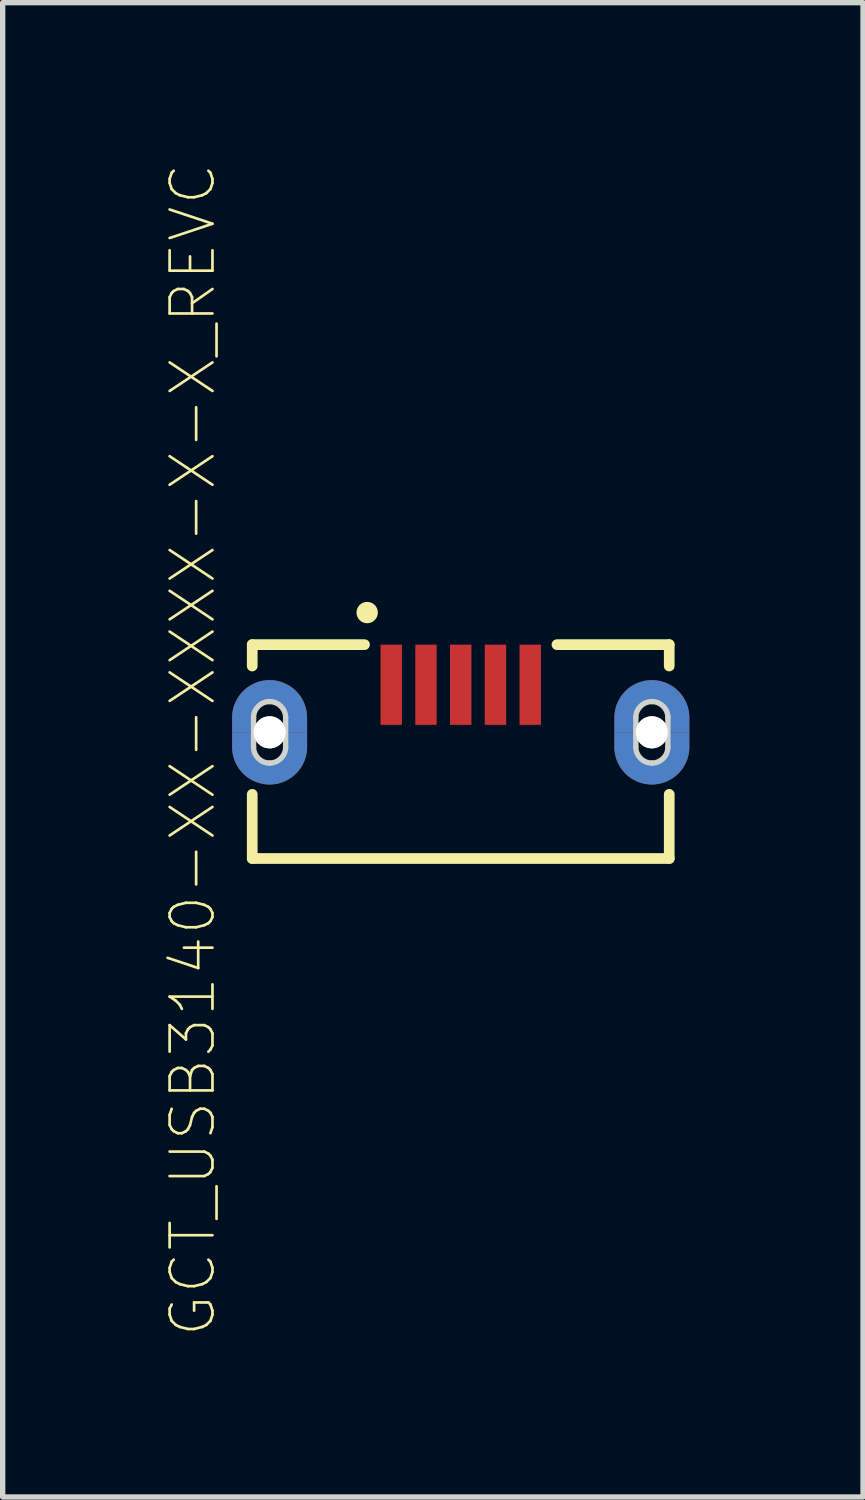
<source format=kicad_pcb>
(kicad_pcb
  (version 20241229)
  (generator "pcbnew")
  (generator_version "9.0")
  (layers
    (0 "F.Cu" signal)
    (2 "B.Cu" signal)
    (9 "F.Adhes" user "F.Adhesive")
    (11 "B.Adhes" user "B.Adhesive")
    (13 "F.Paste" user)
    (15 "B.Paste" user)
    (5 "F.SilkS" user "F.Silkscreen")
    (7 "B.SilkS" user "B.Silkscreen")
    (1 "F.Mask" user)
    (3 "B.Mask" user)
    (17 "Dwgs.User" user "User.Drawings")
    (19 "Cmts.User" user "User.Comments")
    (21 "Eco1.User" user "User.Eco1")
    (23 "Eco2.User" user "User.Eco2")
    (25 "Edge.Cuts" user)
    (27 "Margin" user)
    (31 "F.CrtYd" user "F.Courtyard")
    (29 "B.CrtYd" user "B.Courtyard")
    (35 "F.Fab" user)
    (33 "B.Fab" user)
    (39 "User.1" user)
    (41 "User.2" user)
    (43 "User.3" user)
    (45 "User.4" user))
  (footprint "GCT_USB3140-XX-XXXX-X-X_REVC"
    (layer "F.Cu")
    (at 5.568 11.008)
    (property "Reference" "GCT_USB3140-XX-XXXX-X-X_REVC" (at -5.012 -0.032 90) (layer "F.SilkS") (effects (font (size 0.801 0.801) (thickness 0.05))))
    (attr smd)
    (fp_poly (pts (xy -3.875 -0.36) (xy -4.275 -0.36) (xy -4.275 -0.085) (xy -4.275 -0.067) (xy -4.273 -0.03) (xy -4.269 0.006) (xy -4.264 0.043) (xy -4.256 0.078) (xy -4.246 0.114) (xy -4.235 0.149) (xy -4.222 0.183) (xy -4.207 0.216) (xy -4.19 0.249) (xy -4.172 0.281) (xy -4.152 0.312) (xy -4.131 0.341) (xy -4.107 0.37) (xy -4.083 0.397) (xy -4.057 0.423) (xy -4.03 0.447) (xy -4.001 0.471) (xy -3.972 0.492) (xy -3.941 0.512) (xy -3.909 0.53) (xy -3.876 0.547) (xy -3.843 0.562) (xy -3.809 0.575) (xy -3.774 0.586) (xy -3.738 0.596) (xy -3.703 0.604) (xy -3.666 0.609) (xy -3.63 0.613) (xy -3.593 0.615) (xy -3.575 0.615) (xy -3.557 0.615) (xy -3.52 0.613) (xy -3.484 0.609) (xy -3.447 0.604) (xy -3.412 0.596) (xy -3.376 0.586) (xy -3.341 0.575) (xy -3.307 0.562) (xy -3.274 0.547) (xy -3.241 0.53) (xy -3.209 0.512) (xy -3.178 0.492) (xy -3.149 0.471) (xy -3.12 0.447) (xy -3.093 0.423) (xy -3.067 0.397) (xy -3.043 0.37) (xy -3.019 0.341) (xy -2.998 0.312) (xy -2.978 0.281) (xy -2.96 0.249) (xy -2.943 0.216) (xy -2.928 0.183) (xy -2.915 0.149) (xy -2.904 0.114) (xy -2.894 0.078) (xy -2.886 0.043) (xy -2.881 0.006) (xy -2.877 -0.03) (xy -2.875 -0.067) (xy -2.875 -0.085) (xy -2.875 -0.36) (xy -3.275 -0.36) (xy -3.275 -0.085) (xy -3.275 -0.077) (xy -3.276 -0.061) (xy -3.277 -0.046) (xy -3.28 -0.03) (xy -3.283 -0.015) (xy -3.287 0.000232) (xy -3.292 0.015) (xy -3.298 0.03) (xy -3.304 0.044) (xy -3.311 0.058) (xy -3.319 0.072) (xy -3.328 0.085) (xy -3.337 0.098) (xy -3.347 0.11) (xy -3.357 0.122) (xy -3.368 0.133) (xy -3.38 0.143) (xy -3.392 0.153) (xy -3.405 0.162) (xy -3.418 0.171) (xy -3.432 0.179) (xy -3.446 0.186) (xy -3.46 0.192) (xy -3.475 0.198) (xy -3.49 0.203) (xy -3.505 0.207) (xy -3.52 0.21) (xy -3.536 0.213) (xy -3.551 0.214) (xy -3.567 0.215) (xy -3.575 0.215) (xy -3.583 0.215) (xy -3.599 0.214) (xy -3.614 0.213) (xy -3.63 0.21) (xy -3.645 0.207) (xy -3.66 0.203) (xy -3.675 0.198) (xy -3.69 0.192) (xy -3.704 0.186) (xy -3.718 0.179) (xy -3.732 0.171) (xy -3.745 0.162) (xy -3.758 0.153) (xy -3.77 0.143) (xy -3.782 0.133) (xy -3.793 0.122) (xy -3.803 0.11) (xy -3.813 0.098) (xy -3.822 0.085) (xy -3.831 0.072) (xy -3.839 0.058) (xy -3.846 0.044) (xy -3.852 0.03) (xy -3.858 0.015) (xy -3.863 0.000236) (xy -3.867 -0.015) (xy -3.87 -0.03) (xy -3.873 -0.046) (xy -3.874 -0.061) (xy -3.875 -0.077) (xy -3.875 -0.085)) (stroke (width 0.001) (type solid)) (fill yes) (layer "F.Cu"))
    (fp_poly (pts (xy -3.275 -0.36) (xy -2.875 -0.36) (xy -2.875 -0.635) (xy -2.875 -0.653) (xy -2.877 -0.69) (xy -2.881 -0.726) (xy -2.886 -0.763) (xy -2.894 -0.798) (xy -2.904 -0.834) (xy -2.915 -0.869) (xy -2.928 -0.903) (xy -2.943 -0.936) (xy -2.96 -0.969) (xy -2.978 -1.001) (xy -2.998 -1.032) (xy -3.019 -1.061) (xy -3.043 -1.09) (xy -3.067 -1.117) (xy -3.093 -1.143) (xy -3.12 -1.167) (xy -3.149 -1.191) (xy -3.178 -1.212) (xy -3.209 -1.232) (xy -3.241 -1.25) (xy -3.274 -1.267) (xy -3.307 -1.282) (xy -3.341 -1.295) (xy -3.376 -1.306) (xy -3.412 -1.316) (xy -3.447 -1.324) (xy -3.484 -1.329) (xy -3.52 -1.333) (xy -3.557 -1.335) (xy -3.575 -1.335) (xy -3.593 -1.335) (xy -3.63 -1.333) (xy -3.666 -1.329) (xy -3.703 -1.324) (xy -3.738 -1.316) (xy -3.774 -1.306) (xy -3.809 -1.295) (xy -3.843 -1.282) (xy -3.876 -1.267) (xy -3.909 -1.25) (xy -3.941 -1.232) (xy -3.972 -1.212) (xy -4.001 -1.191) (xy -4.03 -1.167) (xy -4.057 -1.143) (xy -4.083 -1.117) (xy -4.107 -1.09) (xy -4.131 -1.061) (xy -4.152 -1.032) (xy -4.172 -1.001) (xy -4.19 -0.969) (xy -4.207 -0.936) (xy -4.222 -0.903) (xy -4.235 -0.869) (xy -4.246 -0.834) (xy -4.256 -0.798) (xy -4.264 -0.763) (xy -4.269 -0.726) (xy -4.273 -0.69) (xy -4.275 -0.653) (xy -4.275 -0.635) (xy -4.275 -0.36) (xy -3.875 -0.36) (xy -3.875 -0.635) (xy -3.875 -0.643) (xy -3.874 -0.659) (xy -3.873 -0.674) (xy -3.87 -0.69) (xy -3.867 -0.705) (xy -3.863 -0.72) (xy -3.858 -0.735) (xy -3.852 -0.75) (xy -3.846 -0.764) (xy -3.839 -0.778) (xy -3.831 -0.792) (xy -3.822 -0.805) (xy -3.813 -0.818) (xy -3.803 -0.83) (xy -3.793 -0.842) (xy -3.782 -0.853) (xy -3.77 -0.863) (xy -3.758 -0.873) (xy -3.745 -0.882) (xy -3.732 -0.891) (xy -3.718 -0.899) (xy -3.704 -0.906) (xy -3.69 -0.912) (xy -3.675 -0.918) (xy -3.66 -0.923) (xy -3.645 -0.927) (xy -3.63 -0.93) (xy -3.614 -0.933) (xy -3.599 -0.934) (xy -3.583 -0.935) (xy -3.575 -0.935) (xy -3.567 -0.935) (xy -3.551 -0.934) (xy -3.536 -0.933) (xy -3.52 -0.93) (xy -3.505 -0.927) (xy -3.49 -0.923) (xy -3.475 -0.918) (xy -3.46 -0.912) (xy -3.446 -0.906) (xy -3.432 -0.899) (xy -3.418 -0.891) (xy -3.405 -0.882) (xy -3.392 -0.873) (xy -3.38 -0.863) (xy -3.368 -0.853) (xy -3.357 -0.842) (xy -3.347 -0.83) (xy -3.337 -0.818) (xy -3.328 -0.805) (xy -3.319 -0.792) (xy -3.311 -0.778) (xy -3.304 -0.764) (xy -3.298 -0.75) (xy -3.292 -0.735) (xy -3.287 -0.72) (xy -3.283 -0.705) (xy -3.28 -0.69) (xy -3.277 -0.674) (xy -3.276 -0.659) (xy -3.275 -0.643) (xy -3.275 -0.635)) (stroke (width 0.001) (type solid)) (fill yes) (layer "F.Cu"))
    (fp_poly (pts (xy 3.275 -0.36) (xy 2.875 -0.36) (xy 2.875 -0.085) (xy 2.875 -0.067) (xy 2.877 -0.03) (xy 2.881 0.006) (xy 2.886 0.043) (xy 2.894 0.078) (xy 2.904 0.114) (xy 2.915 0.149) (xy 2.928 0.183) (xy 2.943 0.216) (xy 2.96 0.249) (xy 2.978 0.281) (xy 2.998 0.312) (xy 3.019 0.341) (xy 3.043 0.37) (xy 3.067 0.397) (xy 3.093 0.423) (xy 3.12 0.447) (xy 3.149 0.471) (xy 3.178 0.492) (xy 3.209 0.512) (xy 3.241 0.53) (xy 3.274 0.547) (xy 3.307 0.562) (xy 3.341 0.575) (xy 3.376 0.586) (xy 3.412 0.596) (xy 3.447 0.604) (xy 3.484 0.609) (xy 3.52 0.613) (xy 3.557 0.615) (xy 3.575 0.615) (xy 3.593 0.615) (xy 3.63 0.613) (xy 3.666 0.609) (xy 3.703 0.604) (xy 3.738 0.596) (xy 3.774 0.586) (xy 3.809 0.575) (xy 3.843 0.562) (xy 3.876 0.547) (xy 3.909 0.53) (xy 3.941 0.512) (xy 3.972 0.492) (xy 4.001 0.471) (xy 4.03 0.447) (xy 4.057 0.423) (xy 4.083 0.397) (xy 4.107 0.37) (xy 4.131 0.341) (xy 4.152 0.312) (xy 4.172 0.281) (xy 4.19 0.249) (xy 4.207 0.216) (xy 4.222 0.183) (xy 4.235 0.149) (xy 4.246 0.114) (xy 4.256 0.078) (xy 4.264 0.043) (xy 4.269 0.006) (xy 4.273 -0.03) (xy 4.275 -0.067) (xy 4.275 -0.085) (xy 4.275 -0.36) (xy 3.875 -0.36) (xy 3.875 -0.085) (xy 3.875 -0.077) (xy 3.874 -0.061) (xy 3.873 -0.046) (xy 3.87 -0.03) (xy 3.867 -0.015) (xy 3.863 0.000232) (xy 3.858 0.015) (xy 3.852 0.03) (xy 3.846 0.044) (xy 3.839 0.058) (xy 3.831 0.072) (xy 3.822 0.085) (xy 3.813 0.098) (xy 3.803 0.11) (xy 3.793 0.122) (xy 3.782 0.133) (xy 3.77 0.143) (xy 3.758 0.153) (xy 3.745 0.162) (xy 3.732 0.171) (xy 3.718 0.179) (xy 3.704 0.186) (xy 3.69 0.192) (xy 3.675 0.198) (xy 3.66 0.203) (xy 3.645 0.207) (xy 3.63 0.21) (xy 3.614 0.213) (xy 3.599 0.214) (xy 3.583 0.215) (xy 3.575 0.215) (xy 3.567 0.215) (xy 3.551 0.214) (xy 3.536 0.213) (xy 3.52 0.21) (xy 3.505 0.207) (xy 3.49 0.203) (xy 3.475 0.198) (xy 3.46 0.192) (xy 3.446 0.186) (xy 3.432 0.179) (xy 3.418 0.171) (xy 3.405 0.162) (xy 3.392 0.153) (xy 3.38 0.143) (xy 3.368 0.133) (xy 3.357 0.122) (xy 3.347 0.11) (xy 3.337 0.098) (xy 3.328 0.085) (xy 3.319 0.072) (xy 3.311 0.058) (xy 3.304 0.044) (xy 3.298 0.03) (xy 3.292 0.015) (xy 3.287 0.000236) (xy 3.283 -0.015) (xy 3.28 -0.03) (xy 3.277 -0.046) (xy 3.276 -0.061) (xy 3.275 -0.077) (xy 3.275 -0.085)) (stroke (width 0.001) (type solid)) (fill yes) (layer "F.Cu"))
    (fp_poly (pts (xy 3.875 -0.36) (xy 4.275 -0.36) (xy 4.275 -0.635) (xy 4.275 -0.653) (xy 4.273 -0.69) (xy 4.269 -0.726) (xy 4.264 -0.763) (xy 4.256 -0.798) (xy 4.246 -0.834) (xy 4.235 -0.869) (xy 4.222 -0.903) (xy 4.207 -0.936) (xy 4.19 -0.969) (xy 4.172 -1.001) (xy 4.152 -1.032) (xy 4.131 -1.061) (xy 4.107 -1.09) (xy 4.083 -1.117) (xy 4.057 -1.143) (xy 4.03 -1.167) (xy 4.001 -1.191) (xy 3.972 -1.212) (xy 3.941 -1.232) (xy 3.909 -1.25) (xy 3.876 -1.267) (xy 3.843 -1.282) (xy 3.809 -1.295) (xy 3.774 -1.306) (xy 3.738 -1.316) (xy 3.703 -1.324) (xy 3.666 -1.329) (xy 3.63 -1.333) (xy 3.593 -1.335) (xy 3.575 -1.335) (xy 3.557 -1.335) (xy 3.52 -1.333) (xy 3.484 -1.329) (xy 3.447 -1.324) (xy 3.412 -1.316) (xy 3.376 -1.306) (xy 3.341 -1.295) (xy 3.307 -1.282) (xy 3.274 -1.267) (xy 3.241 -1.25) (xy 3.209 -1.232) (xy 3.178 -1.212) (xy 3.149 -1.191) (xy 3.12 -1.167) (xy 3.093 -1.143) (xy 3.067 -1.117) (xy 3.043 -1.09) (xy 3.019 -1.061) (xy 2.998 -1.032) (xy 2.978 -1.001) (xy 2.96 -0.969) (xy 2.943 -0.936) (xy 2.928 -0.903) (xy 2.915 -0.869) (xy 2.904 -0.834) (xy 2.894 -0.798) (xy 2.886 -0.763) (xy 2.881 -0.726) (xy 2.877 -0.69) (xy 2.875 -0.653) (xy 2.875 -0.635) (xy 2.875 -0.36) (xy 3.275 -0.36) (xy 3.275 -0.635) (xy 3.275 -0.643) (xy 3.276 -0.659) (xy 3.277 -0.674) (xy 3.28 -0.69) (xy 3.283 -0.705) (xy 3.287 -0.72) (xy 3.292 -0.735) (xy 3.298 -0.75) (xy 3.304 -0.764) (xy 3.311 -0.778) (xy 3.319 -0.792) (xy 3.328 -0.805) (xy 3.337 -0.818) (xy 3.347 -0.83) (xy 3.357 -0.842) (xy 3.368 -0.853) (xy 3.38 -0.863) (xy 3.392 -0.873) (xy 3.405 -0.882) (xy 3.418 -0.891) (xy 3.432 -0.899) (xy 3.446 -0.906) (xy 3.46 -0.912) (xy 3.475 -0.918) (xy 3.49 -0.923) (xy 3.505 -0.927) (xy 3.52 -0.93) (xy 3.536 -0.933) (xy 3.551 -0.934) (xy 3.567 -0.935) (xy 3.575 -0.935) (xy 3.583 -0.935) (xy 3.599 -0.934) (xy 3.614 -0.933) (xy 3.63 -0.93) (xy 3.645 -0.927) (xy 3.66 -0.923) (xy 3.675 -0.918) (xy 3.69 -0.912) (xy 3.704 -0.906) (xy 3.718 -0.899) (xy 3.732 -0.891) (xy 3.745 -0.882) (xy 3.758 -0.873) (xy 3.77 -0.863) (xy 3.782 -0.853) (xy 3.793 -0.842) (xy 3.803 -0.83) (xy 3.813 -0.818) (xy 3.822 -0.805) (xy 3.831 -0.792) (xy 3.839 -0.778) (xy 3.846 -0.764) (xy 3.852 -0.75) (xy 3.858 -0.735) (xy 3.863 -0.72) (xy 3.867 -0.705) (xy 3.87 -0.69) (xy 3.873 -0.674) (xy 3.874 -0.659) (xy 3.875 -0.643) (xy 3.875 -0.635)) (stroke (width 0.001) (type solid)) (fill yes) (layer "F.Cu"))
    (fp_poly (pts (xy -4.377 -1.435) (xy -2.775 -1.435) (xy -2.775 0.715) (xy -4.377 0.715)) (stroke (width 0) (type solid)) (fill yes) (layer "F.Mask"))
    (fp_poly (pts (xy 2.776 -1.435) (xy 4.375 -1.435) (xy 4.375 0.715) (xy 2.776 0.715)) (stroke (width 0) (type solid)) (fill yes) (layer "F.Mask"))
    (fp_poly (pts (xy -3.875 -0.36) (xy -4.275 -0.36) (xy -4.275 -0.085) (xy -4.275 -0.067) (xy -4.273 -0.03) (xy -4.269 0.006) (xy -4.264 0.043) (xy -4.256 0.078) (xy -4.246 0.114) (xy -4.235 0.149) (xy -4.222 0.183) (xy -4.207 0.216) (xy -4.19 0.249) (xy -4.172 0.281) (xy -4.152 0.312) (xy -4.131 0.341) (xy -4.107 0.37) (xy -4.083 0.397) (xy -4.057 0.423) (xy -4.03 0.447) (xy -4.001 0.471) (xy -3.972 0.492) (xy -3.941 0.512) (xy -3.909 0.53) (xy -3.876 0.547) (xy -3.843 0.562) (xy -3.809 0.575) (xy -3.774 0.586) (xy -3.738 0.596) (xy -3.703 0.604) (xy -3.666 0.609) (xy -3.63 0.613) (xy -3.593 0.615) (xy -3.575 0.615) (xy -3.557 0.615) (xy -3.52 0.613) (xy -3.484 0.609) (xy -3.447 0.604) (xy -3.412 0.596) (xy -3.376 0.586) (xy -3.341 0.575) (xy -3.307 0.562) (xy -3.274 0.547) (xy -3.241 0.53) (xy -3.209 0.512) (xy -3.178 0.492) (xy -3.149 0.471) (xy -3.12 0.447) (xy -3.093 0.423) (xy -3.067 0.397) (xy -3.043 0.37) (xy -3.019 0.341) (xy -2.998 0.312) (xy -2.978 0.281) (xy -2.96 0.249) (xy -2.943 0.216) (xy -2.928 0.183) (xy -2.915 0.149) (xy -2.904 0.114) (xy -2.894 0.078) (xy -2.886 0.043) (xy -2.881 0.006) (xy -2.877 -0.03) (xy -2.875 -0.067) (xy -2.875 -0.085) (xy -2.875 -0.36) (xy -3.275 -0.36) (xy -3.275 -0.085) (xy -3.275 -0.077) (xy -3.276 -0.061) (xy -3.277 -0.046) (xy -3.28 -0.03) (xy -3.283 -0.015) (xy -3.287 0.000232) (xy -3.292 0.015) (xy -3.298 0.03) (xy -3.304 0.044) (xy -3.311 0.058) (xy -3.319 0.072) (xy -3.328 0.085) (xy -3.337 0.098) (xy -3.347 0.11) (xy -3.357 0.122) (xy -3.368 0.133) (xy -3.38 0.143) (xy -3.392 0.153) (xy -3.405 0.162) (xy -3.418 0.171) (xy -3.432 0.179) (xy -3.446 0.186) (xy -3.46 0.192) (xy -3.475 0.198) (xy -3.49 0.203) (xy -3.505 0.207) (xy -3.52 0.21) (xy -3.536 0.213) (xy -3.551 0.214) (xy -3.567 0.215) (xy -3.575 0.215) (xy -3.583 0.215) (xy -3.599 0.214) (xy -3.614 0.213) (xy -3.63 0.21) (xy -3.645 0.207) (xy -3.66 0.203) (xy -3.675 0.198) (xy -3.69 0.192) (xy -3.704 0.186) (xy -3.718 0.179) (xy -3.732 0.171) (xy -3.745 0.162) (xy -3.758 0.153) (xy -3.77 0.143) (xy -3.782 0.133) (xy -3.793 0.122) (xy -3.803 0.11) (xy -3.813 0.098) (xy -3.822 0.085) (xy -3.831 0.072) (xy -3.839 0.058) (xy -3.846 0.044) (xy -3.852 0.03) (xy -3.858 0.015) (xy -3.863 0.000236) (xy -3.867 -0.015) (xy -3.87 -0.03) (xy -3.873 -0.046) (xy -3.874 -0.061) (xy -3.875 -0.077) (xy -3.875 -0.085)) (stroke (width 0.001) (type solid)) (fill yes) (layer "B.Cu"))
    (fp_poly (pts (xy -3.275 -0.36) (xy -2.875 -0.36) (xy -2.875 -0.635) (xy -2.875 -0.653) (xy -2.877 -0.69) (xy -2.881 -0.726) (xy -2.886 -0.763) (xy -2.894 -0.798) (xy -2.904 -0.834) (xy -2.915 -0.869) (xy -2.928 -0.903) (xy -2.943 -0.936) (xy -2.96 -0.969) (xy -2.978 -1.001) (xy -2.998 -1.032) (xy -3.019 -1.061) (xy -3.043 -1.09) (xy -3.067 -1.117) (xy -3.093 -1.143) (xy -3.12 -1.167) (xy -3.149 -1.191) (xy -3.178 -1.212) (xy -3.209 -1.232) (xy -3.241 -1.25) (xy -3.274 -1.267) (xy -3.307 -1.282) (xy -3.341 -1.295) (xy -3.376 -1.306) (xy -3.412 -1.316) (xy -3.447 -1.324) (xy -3.484 -1.329) (xy -3.52 -1.333) (xy -3.557 -1.335) (xy -3.575 -1.335) (xy -3.593 -1.335) (xy -3.63 -1.333) (xy -3.666 -1.329) (xy -3.703 -1.324) (xy -3.738 -1.316) (xy -3.774 -1.306) (xy -3.809 -1.295) (xy -3.843 -1.282) (xy -3.876 -1.267) (xy -3.909 -1.25) (xy -3.941 -1.232) (xy -3.972 -1.212) (xy -4.001 -1.191) (xy -4.03 -1.167) (xy -4.057 -1.143) (xy -4.083 -1.117) (xy -4.107 -1.09) (xy -4.131 -1.061) (xy -4.152 -1.032) (xy -4.172 -1.001) (xy -4.19 -0.969) (xy -4.207 -0.936) (xy -4.222 -0.903) (xy -4.235 -0.869) (xy -4.246 -0.834) (xy -4.256 -0.798) (xy -4.264 -0.763) (xy -4.269 -0.726) (xy -4.273 -0.69) (xy -4.275 -0.653) (xy -4.275 -0.635) (xy -4.275 -0.36) (xy -3.875 -0.36) (xy -3.875 -0.635) (xy -3.875 -0.643) (xy -3.874 -0.659) (xy -3.873 -0.674) (xy -3.87 -0.69) (xy -3.867 -0.705) (xy -3.863 -0.72) (xy -3.858 -0.735) (xy -3.852 -0.75) (xy -3.846 -0.764) (xy -3.839 -0.778) (xy -3.831 -0.792) (xy -3.822 -0.805) (xy -3.813 -0.818) (xy -3.803 -0.83) (xy -3.793 -0.842) (xy -3.782 -0.853) (xy -3.77 -0.863) (xy -3.758 -0.873) (xy -3.745 -0.882) (xy -3.732 -0.891) (xy -3.718 -0.899) (xy -3.704 -0.906) (xy -3.69 -0.912) (xy -3.675 -0.918) (xy -3.66 -0.923) (xy -3.645 -0.927) (xy -3.63 -0.93) (xy -3.614 -0.933) (xy -3.599 -0.934) (xy -3.583 -0.935) (xy -3.575 -0.935) (xy -3.567 -0.935) (xy -3.551 -0.934) (xy -3.536 -0.933) (xy -3.52 -0.93) (xy -3.505 -0.927) (xy -3.49 -0.923) (xy -3.475 -0.918) (xy -3.46 -0.912) (xy -3.446 -0.906) (xy -3.432 -0.899) (xy -3.418 -0.891) (xy -3.405 -0.882) (xy -3.392 -0.873) (xy -3.38 -0.863) (xy -3.368 -0.853) (xy -3.357 -0.842) (xy -3.347 -0.83) (xy -3.337 -0.818) (xy -3.328 -0.805) (xy -3.319 -0.792) (xy -3.311 -0.778) (xy -3.304 -0.764) (xy -3.298 -0.75) (xy -3.292 -0.735) (xy -3.287 -0.72) (xy -3.283 -0.705) (xy -3.28 -0.69) (xy -3.277 -0.674) (xy -3.276 -0.659) (xy -3.275 -0.643) (xy -3.275 -0.635)) (stroke (width 0.001) (type solid)) (fill yes) (layer "B.Cu"))
    (fp_poly (pts (xy 3.275 -0.36) (xy 2.875 -0.36) (xy 2.875 -0.085) (xy 2.875 -0.067) (xy 2.877 -0.03) (xy 2.881 0.006) (xy 2.886 0.043) (xy 2.894 0.078) (xy 2.904 0.114) (xy 2.915 0.149) (xy 2.928 0.183) (xy 2.943 0.216) (xy 2.96 0.249) (xy 2.978 0.281) (xy 2.998 0.312) (xy 3.019 0.341) (xy 3.043 0.37) (xy 3.067 0.397) (xy 3.093 0.423) (xy 3.12 0.447) (xy 3.149 0.471) (xy 3.178 0.492) (xy 3.209 0.512) (xy 3.241 0.53) (xy 3.274 0.547) (xy 3.307 0.562) (xy 3.341 0.575) (xy 3.376 0.586) (xy 3.412 0.596) (xy 3.447 0.604) (xy 3.484 0.609) (xy 3.52 0.613) (xy 3.557 0.615) (xy 3.575 0.615) (xy 3.593 0.615) (xy 3.63 0.613) (xy 3.666 0.609) (xy 3.703 0.604) (xy 3.738 0.596) (xy 3.774 0.586) (xy 3.809 0.575) (xy 3.843 0.562) (xy 3.876 0.547) (xy 3.909 0.53) (xy 3.941 0.512) (xy 3.972 0.492) (xy 4.001 0.471) (xy 4.03 0.447) (xy 4.057 0.423) (xy 4.083 0.397) (xy 4.107 0.37) (xy 4.131 0.341) (xy 4.152 0.312) (xy 4.172 0.281) (xy 4.19 0.249) (xy 4.207 0.216) (xy 4.222 0.183) (xy 4.235 0.149) (xy 4.246 0.114) (xy 4.256 0.078) (xy 4.264 0.043) (xy 4.269 0.006) (xy 4.273 -0.03) (xy 4.275 -0.067) (xy 4.275 -0.085) (xy 4.275 -0.36) (xy 3.875 -0.36) (xy 3.875 -0.085) (xy 3.875 -0.077) (xy 3.874 -0.061) (xy 3.873 -0.046) (xy 3.87 -0.03) (xy 3.867 -0.015) (xy 3.863 0.000232) (xy 3.858 0.015) (xy 3.852 0.03) (xy 3.846 0.044) (xy 3.839 0.058) (xy 3.831 0.072) (xy 3.822 0.085) (xy 3.813 0.098) (xy 3.803 0.11) (xy 3.793 0.122) (xy 3.782 0.133) (xy 3.77 0.143) (xy 3.758 0.153) (xy 3.745 0.162) (xy 3.732 0.171) (xy 3.718 0.179) (xy 3.704 0.186) (xy 3.69 0.192) (xy 3.675 0.198) (xy 3.66 0.203) (xy 3.645 0.207) (xy 3.63 0.21) (xy 3.614 0.213) (xy 3.599 0.214) (xy 3.583 0.215) (xy 3.575 0.215) (xy 3.567 0.215) (xy 3.551 0.214) (xy 3.536 0.213) (xy 3.52 0.21) (xy 3.505 0.207) (xy 3.49 0.203) (xy 3.475 0.198) (xy 3.46 0.192) (xy 3.446 0.186) (xy 3.432 0.179) (xy 3.418 0.171) (xy 3.405 0.162) (xy 3.392 0.153) (xy 3.38 0.143) (xy 3.368 0.133) (xy 3.357 0.122) (xy 3.347 0.11) (xy 3.337 0.098) (xy 3.328 0.085) (xy 3.319 0.072) (xy 3.311 0.058) (xy 3.304 0.044) (xy 3.298 0.03) (xy 3.292 0.015) (xy 3.287 0.000236) (xy 3.283 -0.015) (xy 3.28 -0.03) (xy 3.277 -0.046) (xy 3.276 -0.061) (xy 3.275 -0.077) (xy 3.275 -0.085)) (stroke (width 0.001) (type solid)) (fill yes) (layer "B.Cu"))
    (fp_poly (pts (xy 3.875 -0.36) (xy 4.275 -0.36) (xy 4.275 -0.635) (xy 4.275 -0.653) (xy 4.273 -0.69) (xy 4.269 -0.726) (xy 4.264 -0.763) (xy 4.256 -0.798) (xy 4.246 -0.834) (xy 4.235 -0.869) (xy 4.222 -0.903) (xy 4.207 -0.936) (xy 4.19 -0.969) (xy 4.172 -1.001) (xy 4.152 -1.032) (xy 4.131 -1.061) (xy 4.107 -1.09) (xy 4.083 -1.117) (xy 4.057 -1.143) (xy 4.03 -1.167) (xy 4.001 -1.191) (xy 3.972 -1.212) (xy 3.941 -1.232) (xy 3.909 -1.25) (xy 3.876 -1.267) (xy 3.843 -1.282) (xy 3.809 -1.295) (xy 3.774 -1.306) (xy 3.738 -1.316) (xy 3.703 -1.324) (xy 3.666 -1.329) (xy 3.63 -1.333) (xy 3.593 -1.335) (xy 3.575 -1.335) (xy 3.557 -1.335) (xy 3.52 -1.333) (xy 3.484 -1.329) (xy 3.447 -1.324) (xy 3.412 -1.316) (xy 3.376 -1.306) (xy 3.341 -1.295) (xy 3.307 -1.282) (xy 3.274 -1.267) (xy 3.241 -1.25) (xy 3.209 -1.232) (xy 3.178 -1.212) (xy 3.149 -1.191) (xy 3.12 -1.167) (xy 3.093 -1.143) (xy 3.067 -1.117) (xy 3.043 -1.09) (xy 3.019 -1.061) (xy 2.998 -1.032) (xy 2.978 -1.001) (xy 2.96 -0.969) (xy 2.943 -0.936) (xy 2.928 -0.903) (xy 2.915 -0.869) (xy 2.904 -0.834) (xy 2.894 -0.798) (xy 2.886 -0.763) (xy 2.881 -0.726) (xy 2.877 -0.69) (xy 2.875 -0.653) (xy 2.875 -0.635) (xy 2.875 -0.36) (xy 3.275 -0.36) (xy 3.275 -0.635) (xy 3.275 -0.643) (xy 3.276 -0.659) (xy 3.277 -0.674) (xy 3.28 -0.69) (xy 3.283 -0.705) (xy 3.287 -0.72) (xy 3.292 -0.735) (xy 3.298 -0.75) (xy 3.304 -0.764) (xy 3.311 -0.778) (xy 3.319 -0.792) (xy 3.328 -0.805) (xy 3.337 -0.818) (xy 3.347 -0.83) (xy 3.357 -0.842) (xy 3.368 -0.853) (xy 3.38 -0.863) (xy 3.392 -0.873) (xy 3.405 -0.882) (xy 3.418 -0.891) (xy 3.432 -0.899) (xy 3.446 -0.906) (xy 3.46 -0.912) (xy 3.475 -0.918) (xy 3.49 -0.923) (xy 3.505 -0.927) (xy 3.52 -0.93) (xy 3.536 -0.933) (xy 3.551 -0.934) (xy 3.567 -0.935) (xy 3.575 -0.935) (xy 3.583 -0.935) (xy 3.599 -0.934) (xy 3.614 -0.933) (xy 3.63 -0.93) (xy 3.645 -0.927) (xy 3.66 -0.923) (xy 3.675 -0.918) (xy 3.69 -0.912) (xy 3.704 -0.906) (xy 3.718 -0.899) (xy 3.732 -0.891) (xy 3.745 -0.882) (xy 3.758 -0.873) (xy 3.77 -0.863) (xy 3.782 -0.853) (xy 3.793 -0.842) (xy 3.803 -0.83) (xy 3.813 -0.818) (xy 3.822 -0.805) (xy 3.831 -0.792) (xy 3.839 -0.778) (xy 3.846 -0.764) (xy 3.852 -0.75) (xy 3.858 -0.735) (xy 3.863 -0.72) (xy 3.867 -0.705) (xy 3.87 -0.69) (xy 3.873 -0.674) (xy 3.874 -0.659) (xy 3.875 -0.643) (xy 3.875 -0.635)) (stroke (width 0.001) (type solid)) (fill yes) (layer "B.Cu"))
    (fp_poly (pts (xy -4.375 -1.435) (xy -2.775 -1.435) (xy -2.775 0.715) (xy -4.375 0.715)) (stroke (width 0) (type solid)) (fill yes) (layer "B.Mask"))
    (fp_poly (pts (xy 2.778 -1.435) (xy 4.375 -1.435) (xy 4.375 0.716) (xy 2.778 0.716)) (stroke (width 0) (type solid)) (fill yes) (layer "B.Mask"))
    (fp_line (start -3.9 -2) (end -1.8 -2) (stroke (width 0.2) (type solid)) (layer "F.SilkS"))
    (fp_line (start -3.9 -1.6) (end -3.9 -2) (stroke (width 0.2) (type solid)) (layer "F.SilkS"))
    (fp_line (start -3.9 2) (end -3.9 0.8) (stroke (width 0.2) (type solid)) (layer "F.SilkS"))
    (fp_line (start -3.9 2) (end 3.9 2) (stroke (width 0.2) (type solid)) (layer "F.SilkS"))
    (fp_line (start 1.8 -2) (end 3.9 -2) (stroke (width 0.2) (type solid)) (layer "F.SilkS"))
    (fp_line (start 3.9 -1.6) (end 3.9 -2) (stroke (width 0.2) (type solid)) (layer "F.SilkS"))
    (fp_line (start 3.9 2) (end 3.9 0.8) (stroke (width 0.2) (type solid)) (layer "F.SilkS"))
    (fp_circle (center -1.75 -2.6) (end -1.65 -2.6) (stroke (width 0.2) (type solid)) (fill no) (layer "F.SilkS"))
    (fp_poly (pts (xy -3.875 -0.36) (xy -4.275 -0.36) (xy -4.275 -0.085) (xy -4.275 -0.067) (xy -4.273 -0.03) (xy -4.269 0.006) (xy -4.264 0.043) (xy -4.256 0.078) (xy -4.246 0.114) (xy -4.235 0.149) (xy -4.222 0.183) (xy -4.207 0.216) (xy -4.19 0.249) (xy -4.172 0.281) (xy -4.152 0.312) (xy -4.131 0.341) (xy -4.107 0.37) (xy -4.083 0.397) (xy -4.057 0.423) (xy -4.03 0.447) (xy -4.001 0.471) (xy -3.972 0.492) (xy -3.941 0.512) (xy -3.909 0.53) (xy -3.876 0.547) (xy -3.843 0.562) (xy -3.809 0.575) (xy -3.774 0.586) (xy -3.738 0.596) (xy -3.703 0.604) (xy -3.666 0.609) (xy -3.63 0.613) (xy -3.593 0.615) (xy -3.575 0.615) (xy -3.557 0.615) (xy -3.52 0.613) (xy -3.484 0.609) (xy -3.447 0.604) (xy -3.412 0.596) (xy -3.376 0.586) (xy -3.341 0.575) (xy -3.307 0.562) (xy -3.274 0.547) (xy -3.241 0.53) (xy -3.209 0.512) (xy -3.178 0.492) (xy -3.149 0.471) (xy -3.12 0.447) (xy -3.093 0.423) (xy -3.067 0.397) (xy -3.043 0.37) (xy -3.019 0.341) (xy -2.998 0.312) (xy -2.978 0.281) (xy -2.96 0.249) (xy -2.943 0.216) (xy -2.928 0.183) (xy -2.915 0.149) (xy -2.904 0.114) (xy -2.894 0.078) (xy -2.886 0.043) (xy -2.881 0.006) (xy -2.877 -0.03) (xy -2.875 -0.067) (xy -2.875 -0.085) (xy -2.875 -0.36) (xy -3.275 -0.36) (xy -3.275 -0.085) (xy -3.275 -0.077) (xy -3.276 -0.061) (xy -3.277 -0.046) (xy -3.28 -0.03) (xy -3.283 -0.015) (xy -3.287 0.000232) (xy -3.292 0.015) (xy -3.298 0.03) (xy -3.304 0.044) (xy -3.311 0.058) (xy -3.319 0.072) (xy -3.328 0.085) (xy -3.337 0.098) (xy -3.347 0.11) (xy -3.357 0.122) (xy -3.368 0.133) (xy -3.38 0.143) (xy -3.392 0.153) (xy -3.405 0.162) (xy -3.418 0.171) (xy -3.432 0.179) (xy -3.446 0.186) (xy -3.46 0.192) (xy -3.475 0.198) (xy -3.49 0.203) (xy -3.505 0.207) (xy -3.52 0.21) (xy -3.536 0.213) (xy -3.551 0.214) (xy -3.567 0.215) (xy -3.575 0.215) (xy -3.583 0.215) (xy -3.599 0.214) (xy -3.614 0.213) (xy -3.63 0.21) (xy -3.645 0.207) (xy -3.66 0.203) (xy -3.675 0.198) (xy -3.69 0.192) (xy -3.704 0.186) (xy -3.718 0.179) (xy -3.732 0.171) (xy -3.745 0.162) (xy -3.758 0.153) (xy -3.77 0.143) (xy -3.782 0.133) (xy -3.793 0.122) (xy -3.803 0.11) (xy -3.813 0.098) (xy -3.822 0.085) (xy -3.831 0.072) (xy -3.839 0.058) (xy -3.846 0.044) (xy -3.852 0.03) (xy -3.858 0.015) (xy -3.863 0.000236) (xy -3.867 -0.015) (xy -3.87 -0.03) (xy -3.873 -0.046) (xy -3.874 -0.061) (xy -3.875 -0.077) (xy -3.875 -0.085)) (stroke (width 0.001) (type solid)) (fill yes) (layer "F.Paste"))
    (fp_poly (pts (xy -3.275 -0.36) (xy -2.875 -0.36) (xy -2.875 -0.635) (xy -2.875 -0.653) (xy -2.877 -0.69) (xy -2.881 -0.726) (xy -2.886 -0.763) (xy -2.894 -0.798) (xy -2.904 -0.834) (xy -2.915 -0.869) (xy -2.928 -0.903) (xy -2.943 -0.936) (xy -2.96 -0.969) (xy -2.978 -1.001) (xy -2.998 -1.032) (xy -3.019 -1.061) (xy -3.043 -1.09) (xy -3.067 -1.117) (xy -3.093 -1.143) (xy -3.12 -1.167) (xy -3.149 -1.191) (xy -3.178 -1.212) (xy -3.209 -1.232) (xy -3.241 -1.25) (xy -3.274 -1.267) (xy -3.307 -1.282) (xy -3.341 -1.295) (xy -3.376 -1.306) (xy -3.412 -1.316) (xy -3.447 -1.324) (xy -3.484 -1.329) (xy -3.52 -1.333) (xy -3.557 -1.335) (xy -3.575 -1.335) (xy -3.593 -1.335) (xy -3.63 -1.333) (xy -3.666 -1.329) (xy -3.703 -1.324) (xy -3.738 -1.316) (xy -3.774 -1.306) (xy -3.809 -1.295) (xy -3.843 -1.282) (xy -3.876 -1.267) (xy -3.909 -1.25) (xy -3.941 -1.232) (xy -3.972 -1.212) (xy -4.001 -1.191) (xy -4.03 -1.167) (xy -4.057 -1.143) (xy -4.083 -1.117) (xy -4.107 -1.09) (xy -4.131 -1.061) (xy -4.152 -1.032) (xy -4.172 -1.001) (xy -4.19 -0.969) (xy -4.207 -0.936) (xy -4.222 -0.903) (xy -4.235 -0.869) (xy -4.246 -0.834) (xy -4.256 -0.798) (xy -4.264 -0.763) (xy -4.269 -0.726) (xy -4.273 -0.69) (xy -4.275 -0.653) (xy -4.275 -0.635) (xy -4.275 -0.36) (xy -3.875 -0.36) (xy -3.875 -0.635) (xy -3.875 -0.643) (xy -3.874 -0.659) (xy -3.873 -0.674) (xy -3.87 -0.69) (xy -3.867 -0.705) (xy -3.863 -0.72) (xy -3.858 -0.735) (xy -3.852 -0.75) (xy -3.846 -0.764) (xy -3.839 -0.778) (xy -3.831 -0.792) (xy -3.822 -0.805) (xy -3.813 -0.818) (xy -3.803 -0.83) (xy -3.793 -0.842) (xy -3.782 -0.853) (xy -3.77 -0.863) (xy -3.758 -0.873) (xy -3.745 -0.882) (xy -3.732 -0.891) (xy -3.718 -0.899) (xy -3.704 -0.906) (xy -3.69 -0.912) (xy -3.675 -0.918) (xy -3.66 -0.923) (xy -3.645 -0.927) (xy -3.63 -0.93) (xy -3.614 -0.933) (xy -3.599 -0.934) (xy -3.583 -0.935) (xy -3.575 -0.935) (xy -3.567 -0.935) (xy -3.551 -0.934) (xy -3.536 -0.933) (xy -3.52 -0.93) (xy -3.505 -0.927) (xy -3.49 -0.923) (xy -3.475 -0.918) (xy -3.46 -0.912) (xy -3.446 -0.906) (xy -3.432 -0.899) (xy -3.418 -0.891) (xy -3.405 -0.882) (xy -3.392 -0.873) (xy -3.38 -0.863) (xy -3.368 -0.853) (xy -3.357 -0.842) (xy -3.347 -0.83) (xy -3.337 -0.818) (xy -3.328 -0.805) (xy -3.319 -0.792) (xy -3.311 -0.778) (xy -3.304 -0.764) (xy -3.298 -0.75) (xy -3.292 -0.735) (xy -3.287 -0.72) (xy -3.283 -0.705) (xy -3.28 -0.69) (xy -3.277 -0.674) (xy -3.276 -0.659) (xy -3.275 -0.643) (xy -3.275 -0.635)) (stroke (width 0.001) (type solid)) (fill yes) (layer "F.Paste"))
    (fp_poly (pts (xy 3.275 -0.36) (xy 2.875 -0.36) (xy 2.875 -0.085) (xy 2.875 -0.067) (xy 2.877 -0.03) (xy 2.881 0.006) (xy 2.886 0.043) (xy 2.894 0.078) (xy 2.904 0.114) (xy 2.915 0.149) (xy 2.928 0.183) (xy 2.943 0.216) (xy 2.96 0.249) (xy 2.978 0.281) (xy 2.998 0.312) (xy 3.019 0.341) (xy 3.043 0.37) (xy 3.067 0.397) (xy 3.093 0.423) (xy 3.12 0.447) (xy 3.149 0.471) (xy 3.178 0.492) (xy 3.209 0.512) (xy 3.241 0.53) (xy 3.274 0.547) (xy 3.307 0.562) (xy 3.341 0.575) (xy 3.376 0.586) (xy 3.412 0.596) (xy 3.447 0.604) (xy 3.484 0.609) (xy 3.52 0.613) (xy 3.557 0.615) (xy 3.575 0.615) (xy 3.593 0.615) (xy 3.63 0.613) (xy 3.666 0.609) (xy 3.703 0.604) (xy 3.738 0.596) (xy 3.774 0.586) (xy 3.809 0.575) (xy 3.843 0.562) (xy 3.876 0.547) (xy 3.909 0.53) (xy 3.941 0.512) (xy 3.972 0.492) (xy 4.001 0.471) (xy 4.03 0.447) (xy 4.057 0.423) (xy 4.083 0.397) (xy 4.107 0.37) (xy 4.131 0.341) (xy 4.152 0.312) (xy 4.172 0.281) (xy 4.19 0.249) (xy 4.207 0.216) (xy 4.222 0.183) (xy 4.235 0.149) (xy 4.246 0.114) (xy 4.256 0.078) (xy 4.264 0.043) (xy 4.269 0.006) (xy 4.273 -0.03) (xy 4.275 -0.067) (xy 4.275 -0.085) (xy 4.275 -0.36) (xy 3.875 -0.36) (xy 3.875 -0.085) (xy 3.875 -0.077) (xy 3.874 -0.061) (xy 3.873 -0.046) (xy 3.87 -0.03) (xy 3.867 -0.015) (xy 3.863 0.000232) (xy 3.858 0.015) (xy 3.852 0.03) (xy 3.846 0.044) (xy 3.839 0.058) (xy 3.831 0.072) (xy 3.822 0.085) (xy 3.813 0.098) (xy 3.803 0.11) (xy 3.793 0.122) (xy 3.782 0.133) (xy 3.77 0.143) (xy 3.758 0.153) (xy 3.745 0.162) (xy 3.732 0.171) (xy 3.718 0.179) (xy 3.704 0.186) (xy 3.69 0.192) (xy 3.675 0.198) (xy 3.66 0.203) (xy 3.645 0.207) (xy 3.63 0.21) (xy 3.614 0.213) (xy 3.599 0.214) (xy 3.583 0.215) (xy 3.575 0.215) (xy 3.567 0.215) (xy 3.551 0.214) (xy 3.536 0.213) (xy 3.52 0.21) (xy 3.505 0.207) (xy 3.49 0.203) (xy 3.475 0.198) (xy 3.46 0.192) (xy 3.446 0.186) (xy 3.432 0.179) (xy 3.418 0.171) (xy 3.405 0.162) (xy 3.392 0.153) (xy 3.38 0.143) (xy 3.368 0.133) (xy 3.357 0.122) (xy 3.347 0.11) (xy 3.337 0.098) (xy 3.328 0.085) (xy 3.319 0.072) (xy 3.311 0.058) (xy 3.304 0.044) (xy 3.298 0.03) (xy 3.292 0.015) (xy 3.287 0.000236) (xy 3.283 -0.015) (xy 3.28 -0.03) (xy 3.277 -0.046) (xy 3.276 -0.061) (xy 3.275 -0.077) (xy 3.275 -0.085)) (stroke (width 0.001) (type solid)) (fill yes) (layer "F.Paste"))
    (fp_poly (pts (xy 3.875 -0.36) (xy 4.275 -0.36) (xy 4.275 -0.635) (xy 4.275 -0.653) (xy 4.273 -0.69) (xy 4.269 -0.726) (xy 4.264 -0.763) (xy 4.256 -0.798) (xy 4.246 -0.834) (xy 4.235 -0.869) (xy 4.222 -0.903) (xy 4.207 -0.936) (xy 4.19 -0.969) (xy 4.172 -1.001) (xy 4.152 -1.032) (xy 4.131 -1.061) (xy 4.107 -1.09) (xy 4.083 -1.117) (xy 4.057 -1.143) (xy 4.03 -1.167) (xy 4.001 -1.191) (xy 3.972 -1.212) (xy 3.941 -1.232) (xy 3.909 -1.25) (xy 3.876 -1.267) (xy 3.843 -1.282) (xy 3.809 -1.295) (xy 3.774 -1.306) (xy 3.738 -1.316) (xy 3.703 -1.324) (xy 3.666 -1.329) (xy 3.63 -1.333) (xy 3.593 -1.335) (xy 3.575 -1.335) (xy 3.557 -1.335) (xy 3.52 -1.333) (xy 3.484 -1.329) (xy 3.447 -1.324) (xy 3.412 -1.316) (xy 3.376 -1.306) (xy 3.341 -1.295) (xy 3.307 -1.282) (xy 3.274 -1.267) (xy 3.241 -1.25) (xy 3.209 -1.232) (xy 3.178 -1.212) (xy 3.149 -1.191) (xy 3.12 -1.167) (xy 3.093 -1.143) (xy 3.067 -1.117) (xy 3.043 -1.09) (xy 3.019 -1.061) (xy 2.998 -1.032) (xy 2.978 -1.001) (xy 2.96 -0.969) (xy 2.943 -0.936) (xy 2.928 -0.903) (xy 2.915 -0.869) (xy 2.904 -0.834) (xy 2.894 -0.798) (xy 2.886 -0.763) (xy 2.881 -0.726) (xy 2.877 -0.69) (xy 2.875 -0.653) (xy 2.875 -0.635) (xy 2.875 -0.36) (xy 3.275 -0.36) (xy 3.275 -0.635) (xy 3.275 -0.643) (xy 3.276 -0.659) (xy 3.277 -0.674) (xy 3.28 -0.69) (xy 3.283 -0.705) (xy 3.287 -0.72) (xy 3.292 -0.735) (xy 3.298 -0.75) (xy 3.304 -0.764) (xy 3.311 -0.778) (xy 3.319 -0.792) (xy 3.328 -0.805) (xy 3.337 -0.818) (xy 3.347 -0.83) (xy 3.357 -0.842) (xy 3.368 -0.853) (xy 3.38 -0.863) (xy 3.392 -0.873) (xy 3.405 -0.882) (xy 3.418 -0.891) (xy 3.432 -0.899) (xy 3.446 -0.906) (xy 3.46 -0.912) (xy 3.475 -0.918) (xy 3.49 -0.923) (xy 3.505 -0.927) (xy 3.52 -0.93) (xy 3.536 -0.933) (xy 3.551 -0.934) (xy 3.567 -0.935) (xy 3.575 -0.935) (xy 3.583 -0.935) (xy 3.599 -0.934) (xy 3.614 -0.933) (xy 3.63 -0.93) (xy 3.645 -0.927) (xy 3.66 -0.923) (xy 3.675 -0.918) (xy 3.69 -0.912) (xy 3.704 -0.906) (xy 3.718 -0.899) (xy 3.732 -0.891) (xy 3.745 -0.882) (xy 3.758 -0.873) (xy 3.77 -0.863) (xy 3.782 -0.853) (xy 3.793 -0.842) (xy 3.803 -0.83) (xy 3.813 -0.818) (xy 3.822 -0.805) (xy 3.831 -0.792) (xy 3.839 -0.778) (xy 3.846 -0.764) (xy 3.852 -0.75) (xy 3.858 -0.735) (xy 3.863 -0.72) (xy 3.867 -0.705) (xy 3.87 -0.69) (xy 3.873 -0.674) (xy 3.874 -0.659) (xy 3.875 -0.643) (xy 3.875 -0.635)) (stroke (width 0.001) (type solid)) (fill yes) (layer "F.Paste"))
    (fp_poly (pts (xy -3.875 -0.36) (xy -4.275 -0.36) (xy -4.275 -0.085) (xy -4.275 -0.067) (xy -4.273 -0.03) (xy -4.269 0.006) (xy -4.264 0.043) (xy -4.256 0.078) (xy -4.246 0.114) (xy -4.235 0.149) (xy -4.222 0.183) (xy -4.207 0.216) (xy -4.19 0.249) (xy -4.172 0.281) (xy -4.152 0.312) (xy -4.131 0.341) (xy -4.107 0.37) (xy -4.083 0.397) (xy -4.057 0.423) (xy -4.03 0.447) (xy -4.001 0.471) (xy -3.972 0.492) (xy -3.941 0.512) (xy -3.909 0.53) (xy -3.876 0.547) (xy -3.843 0.562) (xy -3.809 0.575) (xy -3.774 0.586) (xy -3.738 0.596) (xy -3.703 0.604) (xy -3.666 0.609) (xy -3.63 0.613) (xy -3.593 0.615) (xy -3.575 0.615) (xy -3.557 0.615) (xy -3.52 0.613) (xy -3.484 0.609) (xy -3.447 0.604) (xy -3.412 0.596) (xy -3.376 0.586) (xy -3.341 0.575) (xy -3.307 0.562) (xy -3.274 0.547) (xy -3.241 0.53) (xy -3.209 0.512) (xy -3.178 0.492) (xy -3.149 0.471) (xy -3.12 0.447) (xy -3.093 0.423) (xy -3.067 0.397) (xy -3.043 0.37) (xy -3.019 0.341) (xy -2.998 0.312) (xy -2.978 0.281) (xy -2.96 0.249) (xy -2.943 0.216) (xy -2.928 0.183) (xy -2.915 0.149) (xy -2.904 0.114) (xy -2.894 0.078) (xy -2.886 0.043) (xy -2.881 0.006) (xy -2.877 -0.03) (xy -2.875 -0.067) (xy -2.875 -0.085) (xy -2.875 -0.36) (xy -3.275 -0.36) (xy -3.275 -0.085) (xy -3.275 -0.077) (xy -3.276 -0.061) (xy -3.277 -0.046) (xy -3.28 -0.03) (xy -3.283 -0.015) (xy -3.287 0.000232) (xy -3.292 0.015) (xy -3.298 0.03) (xy -3.304 0.044) (xy -3.311 0.058) (xy -3.319 0.072) (xy -3.328 0.085) (xy -3.337 0.098) (xy -3.347 0.11) (xy -3.357 0.122) (xy -3.368 0.133) (xy -3.38 0.143) (xy -3.392 0.153) (xy -3.405 0.162) (xy -3.418 0.171) (xy -3.432 0.179) (xy -3.446 0.186) (xy -3.46 0.192) (xy -3.475 0.198) (xy -3.49 0.203) (xy -3.505 0.207) (xy -3.52 0.21) (xy -3.536 0.213) (xy -3.551 0.214) (xy -3.567 0.215) (xy -3.575 0.215) (xy -3.583 0.215) (xy -3.599 0.214) (xy -3.614 0.213) (xy -3.63 0.21) (xy -3.645 0.207) (xy -3.66 0.203) (xy -3.675 0.198) (xy -3.69 0.192) (xy -3.704 0.186) (xy -3.718 0.179) (xy -3.732 0.171) (xy -3.745 0.162) (xy -3.758 0.153) (xy -3.77 0.143) (xy -3.782 0.133) (xy -3.793 0.122) (xy -3.803 0.11) (xy -3.813 0.098) (xy -3.822 0.085) (xy -3.831 0.072) (xy -3.839 0.058) (xy -3.846 0.044) (xy -3.852 0.03) (xy -3.858 0.015) (xy -3.863 0.000236) (xy -3.867 -0.015) (xy -3.87 -0.03) (xy -3.873 -0.046) (xy -3.874 -0.061) (xy -3.875 -0.077) (xy -3.875 -0.085)) (stroke (width 0.001) (type solid)) (fill yes) (layer "B.Paste"))
    (fp_poly (pts (xy -3.275 -0.36) (xy -2.875 -0.36) (xy -2.875 -0.635) (xy -2.875 -0.653) (xy -2.877 -0.69) (xy -2.881 -0.726) (xy -2.886 -0.763) (xy -2.894 -0.798) (xy -2.904 -0.834) (xy -2.915 -0.869) (xy -2.928 -0.903) (xy -2.943 -0.936) (xy -2.96 -0.969) (xy -2.978 -1.001) (xy -2.998 -1.032) (xy -3.019 -1.061) (xy -3.043 -1.09) (xy -3.067 -1.117) (xy -3.093 -1.143) (xy -3.12 -1.167) (xy -3.149 -1.191) (xy -3.178 -1.212) (xy -3.209 -1.232) (xy -3.241 -1.25) (xy -3.274 -1.267) (xy -3.307 -1.282) (xy -3.341 -1.295) (xy -3.376 -1.306) (xy -3.412 -1.316) (xy -3.447 -1.324) (xy -3.484 -1.329) (xy -3.52 -1.333) (xy -3.557 -1.335) (xy -3.575 -1.335) (xy -3.593 -1.335) (xy -3.63 -1.333) (xy -3.666 -1.329) (xy -3.703 -1.324) (xy -3.738 -1.316) (xy -3.774 -1.306) (xy -3.809 -1.295) (xy -3.843 -1.282) (xy -3.876 -1.267) (xy -3.909 -1.25) (xy -3.941 -1.232) (xy -3.972 -1.212) (xy -4.001 -1.191) (xy -4.03 -1.167) (xy -4.057 -1.143) (xy -4.083 -1.117) (xy -4.107 -1.09) (xy -4.131 -1.061) (xy -4.152 -1.032) (xy -4.172 -1.001) (xy -4.19 -0.969) (xy -4.207 -0.936) (xy -4.222 -0.903) (xy -4.235 -0.869) (xy -4.246 -0.834) (xy -4.256 -0.798) (xy -4.264 -0.763) (xy -4.269 -0.726) (xy -4.273 -0.69) (xy -4.275 -0.653) (xy -4.275 -0.635) (xy -4.275 -0.36) (xy -3.875 -0.36) (xy -3.875 -0.635) (xy -3.875 -0.643) (xy -3.874 -0.659) (xy -3.873 -0.674) (xy -3.87 -0.69) (xy -3.867 -0.705) (xy -3.863 -0.72) (xy -3.858 -0.735) (xy -3.852 -0.75) (xy -3.846 -0.764) (xy -3.839 -0.778) (xy -3.831 -0.792) (xy -3.822 -0.805) (xy -3.813 -0.818) (xy -3.803 -0.83) (xy -3.793 -0.842) (xy -3.782 -0.853) (xy -3.77 -0.863) (xy -3.758 -0.873) (xy -3.745 -0.882) (xy -3.732 -0.891) (xy -3.718 -0.899) (xy -3.704 -0.906) (xy -3.69 -0.912) (xy -3.675 -0.918) (xy -3.66 -0.923) (xy -3.645 -0.927) (xy -3.63 -0.93) (xy -3.614 -0.933) (xy -3.599 -0.934) (xy -3.583 -0.935) (xy -3.575 -0.935) (xy -3.567 -0.935) (xy -3.551 -0.934) (xy -3.536 -0.933) (xy -3.52 -0.93) (xy -3.505 -0.927) (xy -3.49 -0.923) (xy -3.475 -0.918) (xy -3.46 -0.912) (xy -3.446 -0.906) (xy -3.432 -0.899) (xy -3.418 -0.891) (xy -3.405 -0.882) (xy -3.392 -0.873) (xy -3.38 -0.863) (xy -3.368 -0.853) (xy -3.357 -0.842) (xy -3.347 -0.83) (xy -3.337 -0.818) (xy -3.328 -0.805) (xy -3.319 -0.792) (xy -3.311 -0.778) (xy -3.304 -0.764) (xy -3.298 -0.75) (xy -3.292 -0.735) (xy -3.287 -0.72) (xy -3.283 -0.705) (xy -3.28 -0.69) (xy -3.277 -0.674) (xy -3.276 -0.659) (xy -3.275 -0.643) (xy -3.275 -0.635)) (stroke (width 0.001) (type solid)) (fill yes) (layer "B.Paste"))
    (fp_poly (pts (xy 3.275 -0.36) (xy 2.875 -0.36) (xy 2.875 -0.085) (xy 2.875 -0.067) (xy 2.877 -0.03) (xy 2.881 0.006) (xy 2.886 0.043) (xy 2.894 0.078) (xy 2.904 0.114) (xy 2.915 0.149) (xy 2.928 0.183) (xy 2.943 0.216) (xy 2.96 0.249) (xy 2.978 0.281) (xy 2.998 0.312) (xy 3.019 0.341) (xy 3.043 0.37) (xy 3.067 0.397) (xy 3.093 0.423) (xy 3.12 0.447) (xy 3.149 0.471) (xy 3.178 0.492) (xy 3.209 0.512) (xy 3.241 0.53) (xy 3.274 0.547) (xy 3.307 0.562) (xy 3.341 0.575) (xy 3.376 0.586) (xy 3.412 0.596) (xy 3.447 0.604) (xy 3.484 0.609) (xy 3.52 0.613) (xy 3.557 0.615) (xy 3.575 0.615) (xy 3.593 0.615) (xy 3.63 0.613) (xy 3.666 0.609) (xy 3.703 0.604) (xy 3.738 0.596) (xy 3.774 0.586) (xy 3.809 0.575) (xy 3.843 0.562) (xy 3.876 0.547) (xy 3.909 0.53) (xy 3.941 0.512) (xy 3.972 0.492) (xy 4.001 0.471) (xy 4.03 0.447) (xy 4.057 0.423) (xy 4.083 0.397) (xy 4.107 0.37) (xy 4.131 0.341) (xy 4.152 0.312) (xy 4.172 0.281) (xy 4.19 0.249) (xy 4.207 0.216) (xy 4.222 0.183) (xy 4.235 0.149) (xy 4.246 0.114) (xy 4.256 0.078) (xy 4.264 0.043) (xy 4.269 0.006) (xy 4.273 -0.03) (xy 4.275 -0.067) (xy 4.275 -0.085) (xy 4.275 -0.36) (xy 3.875 -0.36) (xy 3.875 -0.085) (xy 3.875 -0.077) (xy 3.874 -0.061) (xy 3.873 -0.046) (xy 3.87 -0.03) (xy 3.867 -0.015) (xy 3.863 0.000232) (xy 3.858 0.015) (xy 3.852 0.03) (xy 3.846 0.044) (xy 3.839 0.058) (xy 3.831 0.072) (xy 3.822 0.085) (xy 3.813 0.098) (xy 3.803 0.11) (xy 3.793 0.122) (xy 3.782 0.133) (xy 3.77 0.143) (xy 3.758 0.153) (xy 3.745 0.162) (xy 3.732 0.171) (xy 3.718 0.179) (xy 3.704 0.186) (xy 3.69 0.192) (xy 3.675 0.198) (xy 3.66 0.203) (xy 3.645 0.207) (xy 3.63 0.21) (xy 3.614 0.213) (xy 3.599 0.214) (xy 3.583 0.215) (xy 3.575 0.215) (xy 3.567 0.215) (xy 3.551 0.214) (xy 3.536 0.213) (xy 3.52 0.21) (xy 3.505 0.207) (xy 3.49 0.203) (xy 3.475 0.198) (xy 3.46 0.192) (xy 3.446 0.186) (xy 3.432 0.179) (xy 3.418 0.171) (xy 3.405 0.162) (xy 3.392 0.153) (xy 3.38 0.143) (xy 3.368 0.133) (xy 3.357 0.122) (xy 3.347 0.11) (xy 3.337 0.098) (xy 3.328 0.085) (xy 3.319 0.072) (xy 3.311 0.058) (xy 3.304 0.044) (xy 3.298 0.03) (xy 3.292 0.015) (xy 3.287 0.000236) (xy 3.283 -0.015) (xy 3.28 -0.03) (xy 3.277 -0.046) (xy 3.276 -0.061) (xy 3.275 -0.077) (xy 3.275 -0.085)) (stroke (width 0.001) (type solid)) (fill yes) (layer "B.Paste"))
    (fp_poly (pts (xy 3.875 -0.36) (xy 4.275 -0.36) (xy 4.275 -0.635) (xy 4.275 -0.653) (xy 4.273 -0.69) (xy 4.269 -0.726) (xy 4.264 -0.763) (xy 4.256 -0.798) (xy 4.246 -0.834) (xy 4.235 -0.869) (xy 4.222 -0.903) (xy 4.207 -0.936) (xy 4.19 -0.969) (xy 4.172 -1.001) (xy 4.152 -1.032) (xy 4.131 -1.061) (xy 4.107 -1.09) (xy 4.083 -1.117) (xy 4.057 -1.143) (xy 4.03 -1.167) (xy 4.001 -1.191) (xy 3.972 -1.212) (xy 3.941 -1.232) (xy 3.909 -1.25) (xy 3.876 -1.267) (xy 3.843 -1.282) (xy 3.809 -1.295) (xy 3.774 -1.306) (xy 3.738 -1.316) (xy 3.703 -1.324) (xy 3.666 -1.329) (xy 3.63 -1.333) (xy 3.593 -1.335) (xy 3.575 -1.335) (xy 3.557 -1.335) (xy 3.52 -1.333) (xy 3.484 -1.329) (xy 3.447 -1.324) (xy 3.412 -1.316) (xy 3.376 -1.306) (xy 3.341 -1.295) (xy 3.307 -1.282) (xy 3.274 -1.267) (xy 3.241 -1.25) (xy 3.209 -1.232) (xy 3.178 -1.212) (xy 3.149 -1.191) (xy 3.12 -1.167) (xy 3.093 -1.143) (xy 3.067 -1.117) (xy 3.043 -1.09) (xy 3.019 -1.061) (xy 2.998 -1.032) (xy 2.978 -1.001) (xy 2.96 -0.969) (xy 2.943 -0.936) (xy 2.928 -0.903) (xy 2.915 -0.869) (xy 2.904 -0.834) (xy 2.894 -0.798) (xy 2.886 -0.763) (xy 2.881 -0.726) (xy 2.877 -0.69) (xy 2.875 -0.653) (xy 2.875 -0.635) (xy 2.875 -0.36) (xy 3.275 -0.36) (xy 3.275 -0.635) (xy 3.275 -0.643) (xy 3.276 -0.659) (xy 3.277 -0.674) (xy 3.28 -0.69) (xy 3.283 -0.705) (xy 3.287 -0.72) (xy 3.292 -0.735) (xy 3.298 -0.75) (xy 3.304 -0.764) (xy 3.311 -0.778) (xy 3.319 -0.792) (xy 3.328 -0.805) (xy 3.337 -0.818) (xy 3.347 -0.83) (xy 3.357 -0.842) (xy 3.368 -0.853) (xy 3.38 -0.863) (xy 3.392 -0.873) (xy 3.405 -0.882) (xy 3.418 -0.891) (xy 3.432 -0.899) (xy 3.446 -0.906) (xy 3.46 -0.912) (xy 3.475 -0.918) (xy 3.49 -0.923) (xy 3.505 -0.927) (xy 3.52 -0.93) (xy 3.536 -0.933) (xy 3.551 -0.934) (xy 3.567 -0.935) (xy 3.575 -0.935) (xy 3.583 -0.935) (xy 3.599 -0.934) (xy 3.614 -0.933) (xy 3.63 -0.93) (xy 3.645 -0.927) (xy 3.66 -0.923) (xy 3.675 -0.918) (xy 3.69 -0.912) (xy 3.704 -0.906) (xy 3.718 -0.899) (xy 3.732 -0.891) (xy 3.745 -0.882) (xy 3.758 -0.873) (xy 3.77 -0.863) (xy 3.782 -0.853) (xy 3.793 -0.842) (xy 3.803 -0.83) (xy 3.813 -0.818) (xy 3.822 -0.805) (xy 3.831 -0.792) (xy 3.839 -0.778) (xy 3.846 -0.764) (xy 3.852 -0.75) (xy 3.858 -0.735) (xy 3.863 -0.72) (xy 3.867 -0.705) (xy 3.87 -0.69) (xy 3.873 -0.674) (xy 3.874 -0.659) (xy 3.875 -0.643) (xy 3.875 -0.635)) (stroke (width 0.001) (type solid)) (fill yes) (layer "B.Paste"))
    (fp_line (start -4.5 -2.25) (end 4.5 -2.25) (stroke (width 0.05) (type solid)) (layer "Eco1.User"))
    (fp_line (start -4.5 2.25) (end -4.5 -2.25) (stroke (width 0.05) (type solid)) (layer "Eco1.User"))
    (fp_line (start -4.5 2.25) (end 4.5 2.25) (stroke (width 0.05) (type solid)) (layer "Eco1.User"))
    (fp_line (start 4.5 2.25) (end 4.5 -2.25) (stroke (width 0.05) (type solid)) (layer "Eco1.User"))
    (fp_line (start -3.9 -2) (end 3.9 -2) (stroke (width 0.1) (type solid)) (layer "Eco2.User"))
    (fp_line (start -3.9 2) (end -3.9 -2) (stroke (width 0.1) (type solid)) (layer "Eco2.User"))
    (fp_line (start -3.9 2) (end 3.9 2) (stroke (width 0.1) (type solid)) (layer "Eco2.User"))
    (fp_line (start -0.5 0) (end 0.5 0) (stroke (width 0.1) (type solid)) (layer "Eco2.User"))
    (fp_line (start 0 0.5) (end 0 -0.5) (stroke (width 0.1) (type solid)) (layer "Eco2.User"))
    (fp_line (start 3.9 2) (end 3.9 -2) (stroke (width 0.1) (type solid)) (layer "Eco2.User"))
    (fp_line (start -3.875 -0.635) (end -3.875 -0.085) (stroke (width 0.1) (type solid)) (layer "Edge.Cuts"))
    (fp_line (start -3.275 -0.085) (end -3.275 -0.635) (stroke (width 0.1) (type solid)) (layer "Edge.Cuts"))
    (fp_line (start 3.275 -0.635) (end 3.275 -0.085) (stroke (width 0.1) (type solid)) (layer "Edge.Cuts"))
    (fp_line (start 3.875 -0.085) (end 3.875 -0.635) (stroke (width 0.1) (type solid)) (layer "Edge.Cuts"))
    (fp_arc (start -3.875 -0.635) (mid -3.787132 -0.847132) (end -3.575 -0.935) (stroke (width 0.1) (type solid)) (layer "Edge.Cuts"))
    (fp_arc (start -3.575 -0.935) (mid -3.362868 -0.847132) (end -3.275 -0.635) (stroke (width 0.1) (type solid)) (layer "Edge.Cuts"))
    (fp_arc (start -3.575 0.215) (mid -3.787132 0.127132) (end -3.875 -0.085) (stroke (width 0.1) (type solid)) (layer "Edge.Cuts"))
    (fp_arc (start -3.275 -0.085) (mid -3.362868 0.127132) (end -3.575 0.215) (stroke (width 0.1) (type solid)) (layer "Edge.Cuts"))
    (fp_arc (start 3.275 -0.635) (mid 3.362868 -0.847132) (end 3.575 -0.935) (stroke (width 0.1) (type solid)) (layer "Edge.Cuts"))
    (fp_arc (start 3.575 -0.935) (mid 3.787132 -0.847132) (end 3.875 -0.635) (stroke (width 0.1) (type solid)) (layer "Edge.Cuts"))
    (fp_arc (start 3.575 0.215) (mid 3.362868 0.127132) (end 3.275 -0.085) (stroke (width 0.1) (type solid)) (layer "Edge.Cuts"))
    (fp_arc (start 3.875 -0.085) (mid 3.787132 0.127132) (end 3.575 0.215) (stroke (width 0.1) (type solid)) (layer "Edge.Cuts"))
    (pad "" np_thru_hole circle (at -3.575 -0.36) (size 0.6 0.6) (drill 0.6) (layers "*.Cu" "*.Mask" "F.SilkS"))
    (pad "" np_thru_hole circle (at 3.575 -0.36) (size 0.6 0.6) (drill 0.6) (layers "*.Cu" "*.Mask" "F.SilkS"))
    (pad "1" smd rect (at -1.3 -1.25) (size 0.4 1.5) (layers "F.Cu" "F.Mask" "F.Paste"))
    (pad "2" smd rect (at -0.65 -1.25) (size 0.4 1.5) (layers "F.Cu" "F.Mask" "F.Paste"))
    (pad "3" smd rect (at 0 -1.25) (size 0.4 1.5) (layers "F.Cu" "F.Mask" "F.Paste"))
    (pad "4" smd rect (at 0.65 -1.25) (size 0.4 1.5) (layers "F.Cu" "F.Mask" "F.Paste"))
    (pad "5" smd rect (at 1.3 -1.25) (size 0.4 1.5) (layers "F.Cu" "F.Mask" "F.Paste"))
    (pad "6" smd rect (at -3.575 -1.135) (size 0.1 0.1) (layers "F.Cu" "F.Mask" "F.Paste"))
    (pad "7" smd rect (at 3.575 -1.135) (size 0.1 0.1) (layers "F.Cu" "F.Mask" "F.Paste")))
  (gr_rect
    (start -3 -3)
    (end 13.093 24.951)
    (stroke (width 0.1) (type default))
    (fill no)
    (layer "Edge.Cuts")))
</source>
